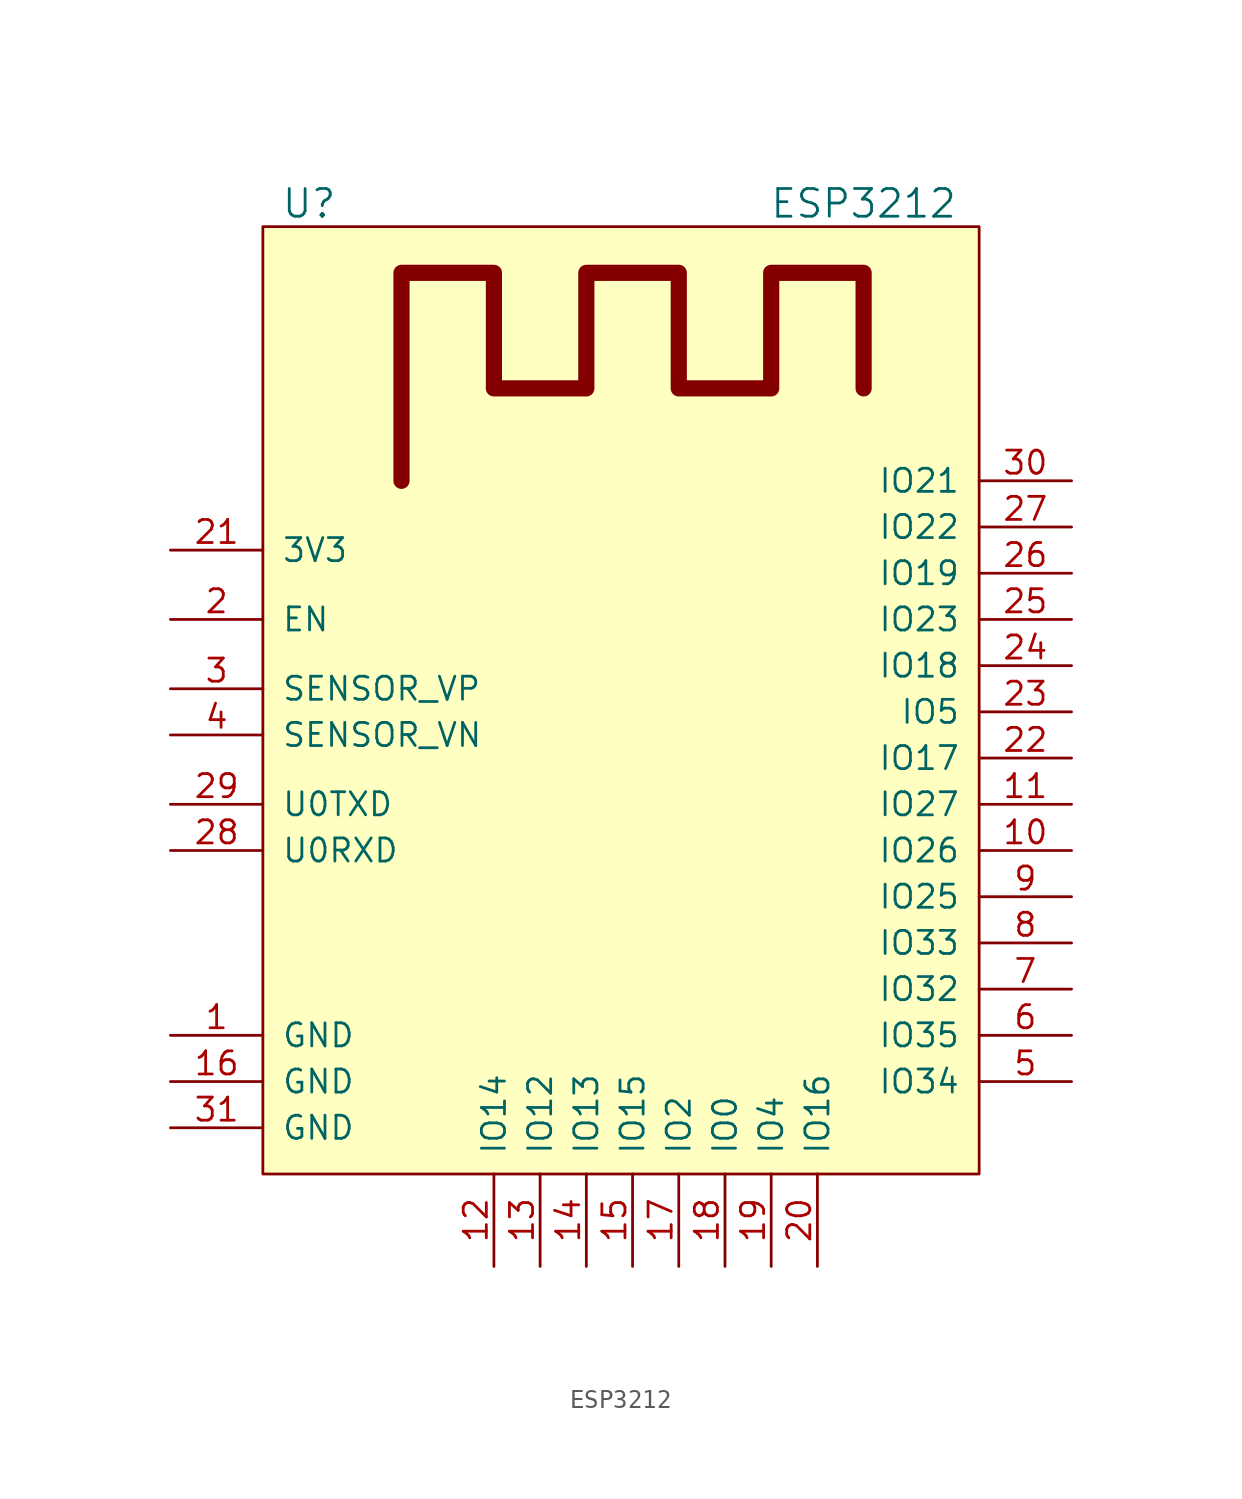
<source format=kicad_sym>
(kicad_symbol_lib
  (version 20211014)
  (generator kicad_symbol_editor)
  (symbol "ESP3212"
    (pin_names
      (offset 1.016))
    (property "Reference" "U"
      (at -17.78 31.75 0)
      (effects (font (size 1.524 1.524))))
    (property "Value" "ESP3212"
      (at 12.7 31.75 0)
      (effects (font (size 1.524 1.524))))
    (symbol "ESP3212_0_1"
      (rectangle (start -20.32 30.48) (end 19.05 -21.59) (stroke (width 0) (type default) (color 0 0 0 0)) (fill (type background)))
      (polyline (pts (xy -12.7 16.51) (xy -12.7 27.94) (xy -7.62 27.94) (xy -7.62 21.59) (xy -2.54 21.59) (xy -2.54 27.94) (xy 2.54 27.94) (xy 2.54 21.59) (xy 7.62 21.59) (xy 7.62 27.94) (xy 12.7 27.94) (xy 12.7 21.59)) (stroke (width 0.889) (type default) (color 0 0 0 0)) (fill (type none))))
    (symbol "ESP3212_1_1"
      (pin power_in line (at -25.4 -13.97 0) (length 5.08) (name "GND" (effects (font (size 1.27 1.27)))) (number "1" (effects (font (size 1.27 1.27)))))
      (pin bidirectional line (at 24.13 -3.81 180) (length 5.08) (name "IO26" (effects (font (size 1.27 1.27)))) (number "10" (effects (font (size 1.27 1.27)))))
      (pin bidirectional line (at 24.13 -1.27 180) (length 5.08) (name "IO27" (effects (font (size 1.27 1.27)))) (number "11" (effects (font (size 1.27 1.27)))))
      (pin bidirectional line (at -7.62 -26.67 90) (length 5.08) (name "IO14" (effects (font (size 1.27 1.27)))) (number "12" (effects (font (size 1.27 1.27)))))
      (pin bidirectional line (at -5.08 -26.67 90) (length 5.08) (name "IO12" (effects (font (size 1.27 1.27)))) (number "13" (effects (font (size 1.27 1.27)))))
      (pin bidirectional line (at -2.54 -26.67 90) (length 5.08) (name "IO13" (effects (font (size 1.27 1.27)))) (number "14" (effects (font (size 1.27 1.27)))))
      (pin bidirectional line (at 0 -26.67 90) (length 5.08) (name "IO15" (effects (font (size 1.27 1.27)))) (number "15" (effects (font (size 1.27 1.27)))))
      (pin power_in line (at -25.4 -16.51 0) (length 5.08) (name "GND" (effects (font (size 1.27 1.27)))) (number "16" (effects (font (size 1.27 1.27)))))
      (pin bidirectional line (at 2.54 -26.67 90) (length 5.08) (name "IO2" (effects (font (size 1.27 1.27)))) (number "17" (effects (font (size 1.27 1.27)))))
      (pin bidirectional line (at 5.08 -26.67 90) (length 5.08) (name "IO0" (effects (font (size 1.27 1.27)))) (number "18" (effects (font (size 1.27 1.27)))))
      (pin bidirectional line (at 7.62 -26.67 90) (length 5.08) (name "IO4" (effects (font (size 1.27 1.27)))) (number "19" (effects (font (size 1.27 1.27)))))
      (pin input line (at -25.4 8.89 0) (length 5.08) (name "EN" (effects (font (size 1.27 1.27)))) (number "2" (effects (font (size 1.27 1.27)))))
      (pin bidirectional line (at 10.16 -26.67 90) (length 5.08) (name "IO16" (effects (font (size 1.27 1.27)))) (number "20" (effects (font (size 1.27 1.27)))))
      (pin power_in line (at -25.4 12.7 0) (length 5.08) (name "3V3" (effects (font (size 1.27 1.27)))) (number "21" (effects (font (size 1.27 1.27)))))
      (pin bidirectional line (at 24.13 1.27 180) (length 5.08) (name "IO17" (effects (font (size 1.27 1.27)))) (number "22" (effects (font (size 1.27 1.27)))))
      (pin bidirectional line (at 24.13 3.81 180) (length 5.08) (name "IO5" (effects (font (size 1.27 1.27)))) (number "23" (effects (font (size 1.27 1.27)))))
      (pin bidirectional line (at 24.13 6.35 180) (length 5.08) (name "IO18" (effects (font (size 1.27 1.27)))) (number "24" (effects (font (size 1.27 1.27)))))
      (pin bidirectional line (at 24.13 8.89 180) (length 5.08) (name "IO23" (effects (font (size 1.27 1.27)))) (number "25" (effects (font (size 1.27 1.27)))))
      (pin bidirectional line (at 24.13 11.43 180) (length 5.08) (name "IO19" (effects (font (size 1.27 1.27)))) (number "26" (effects (font (size 1.27 1.27)))))
      (pin bidirectional line (at 24.13 13.97 180) (length 5.08) (name "IO22" (effects (font (size 1.27 1.27)))) (number "27" (effects (font (size 1.27 1.27)))))
      (pin bidirectional line (at -25.4 -3.81 0) (length 5.08) (name "U0RXD" (effects (font (size 1.27 1.27)))) (number "28" (effects (font (size 1.27 1.27)))))
      (pin bidirectional line (at -25.4 -1.27 0) (length 5.08) (name "U0TXD" (effects (font (size 1.27 1.27)))) (number "29" (effects (font (size 1.27 1.27)))))
      (pin input line (at -25.4 5.08 0) (length 5.08) (name "SENSOR_VP" (effects (font (size 1.27 1.27)))) (number "3" (effects (font (size 1.27 1.27)))))
      (pin bidirectional line (at 24.13 16.51 180) (length 5.08) (name "IO21" (effects (font (size 1.27 1.27)))) (number "30" (effects (font (size 1.27 1.27)))))
      (pin power_in line (at -25.4 -19.05 0) (length 5.08) (name "GND" (effects (font (size 1.27 1.27)))) (number "31" (effects (font (size 1.27 1.27)))))
      (pin input line (at -25.4 2.54 0) (length 5.08) (name "SENSOR_VN" (effects (font (size 1.27 1.27)))) (number "4" (effects (font (size 1.27 1.27)))))
      (pin bidirectional line (at 24.13 -16.51 180) (length 5.08) (name "IO34" (effects (font (size 1.27 1.27)))) (number "5" (effects (font (size 1.27 1.27)))))
      (pin bidirectional line (at 24.13 -13.97 180) (length 5.08) (name "IO35" (effects (font (size 1.27 1.27)))) (number "6" (effects (font (size 1.27 1.27)))))
      (pin bidirectional line (at 24.13 -11.43 180) (length 5.08) (name "IO32" (effects (font (size 1.27 1.27)))) (number "7" (effects (font (size 1.27 1.27)))))
      (pin bidirectional line (at 24.13 -8.89 180) (length 5.08) (name "IO33" (effects (font (size 1.27 1.27)))) (number "8" (effects (font (size 1.27 1.27)))))
      (pin bidirectional line (at 24.13 -6.35 180) (length 5.08) (name "IO25" (effects (font (size 1.27 1.27)))) (number "9" (effects (font (size 1.27 1.27))))))))
</source>
